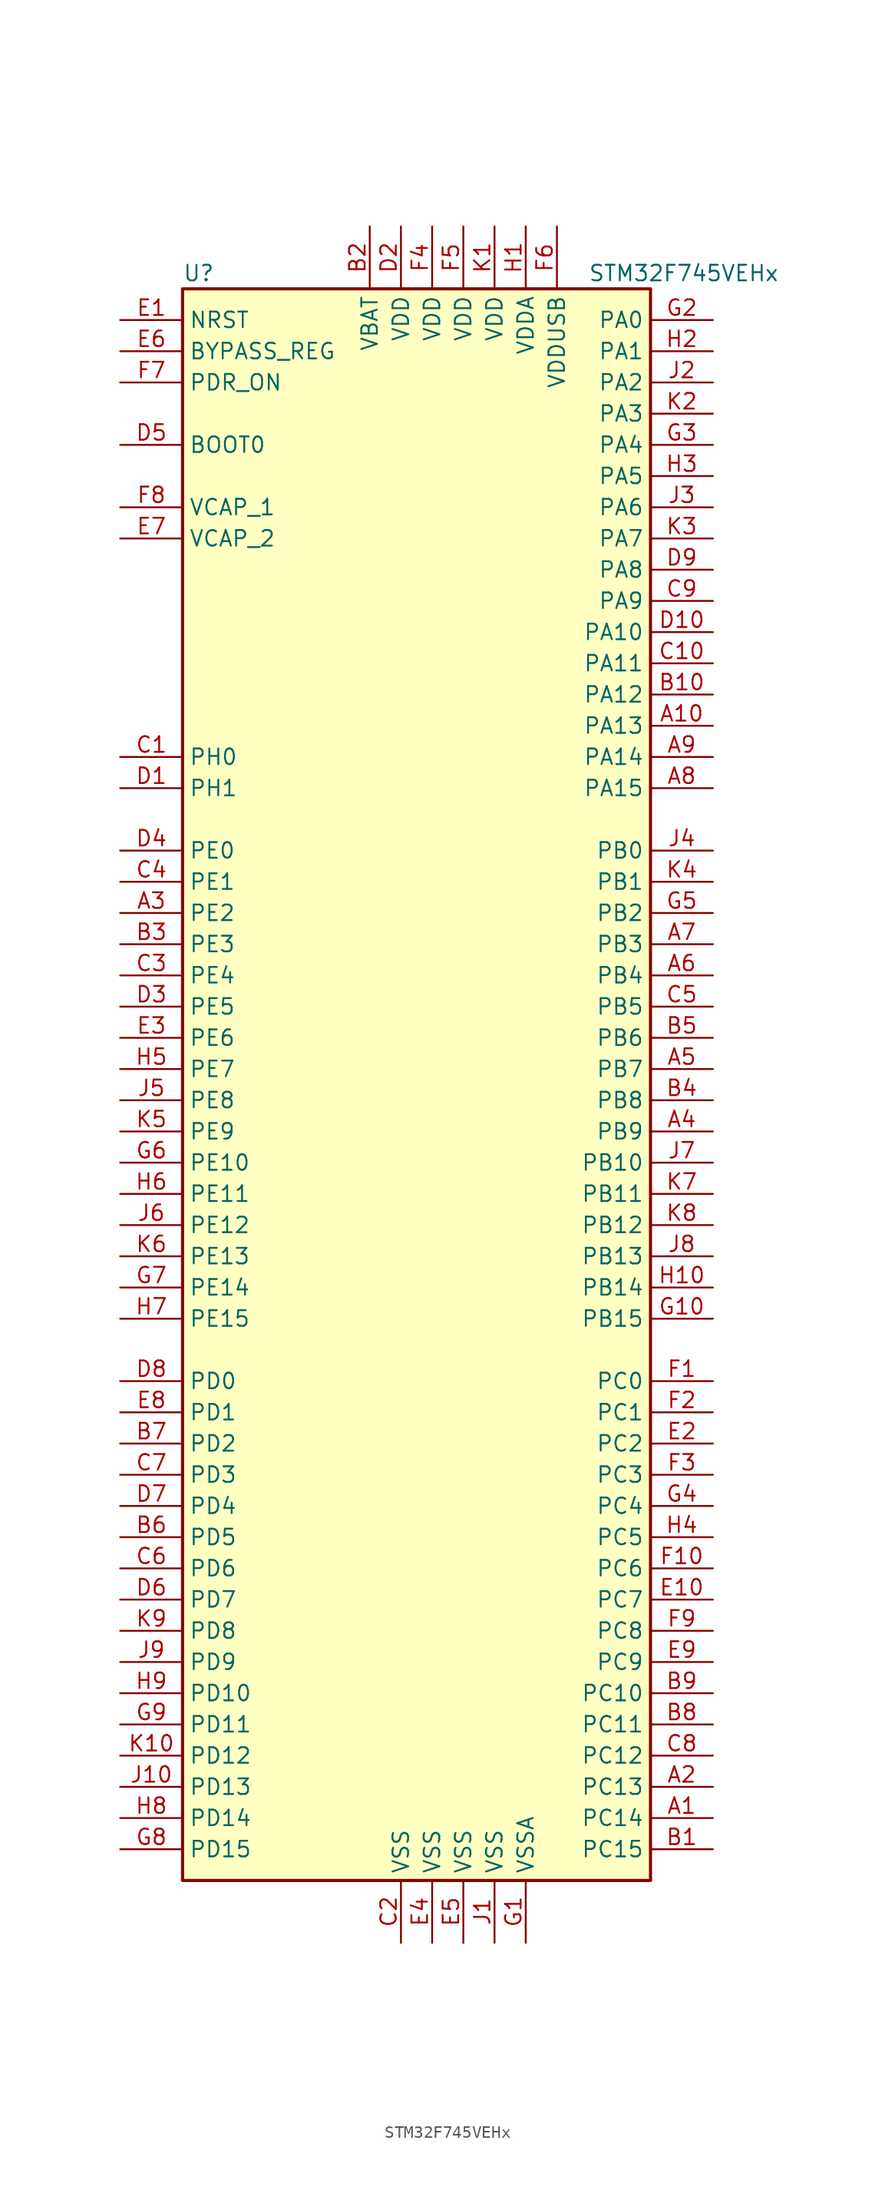
<source format=kicad_sym>
(kicad_symbol_lib
  (version 20211014)
  (generator kicad_symbol_editor)
  (symbol "STM32F745VEHx"
    (property "Reference" "U"
      (at -20.32 64.77 0)
      (effects (font (size 1.27 1.27)) (justify left)))
    (property "Value" "STM32F745VEHx"
      (at 12.7 64.77 0)
      (effects (font (size 1.27 1.27)) (justify left)))
    (symbol "STM32F745VEHx_0_1"
      (rectangle (start -20.32 -66.04) (end 17.78 63.5) (stroke (width 0.254) (type default) (color 0 0 0 0)) (fill (type background))))
    (symbol "STM32F745VEHx_1_1"
      (pin bidirectional line (at 22.86 -60.96 180) (length 5.08) (name "PC14" (effects (font (size 1.27 1.27)))) (number "A1" (effects (font (size 1.27 1.27)))))
      (pin bidirectional line (at 22.86 27.94 180) (length 5.08) (name "PA13" (effects (font (size 1.27 1.27)))) (number "A10" (effects (font (size 1.27 1.27)))))
      (pin bidirectional line (at 22.86 -58.42 180) (length 5.08) (name "PC13" (effects (font (size 1.27 1.27)))) (number "A2" (effects (font (size 1.27 1.27)))))
      (pin bidirectional line (at -25.4 12.7 0) (length 5.08) (name "PE2" (effects (font (size 1.27 1.27)))) (number "A3" (effects (font (size 1.27 1.27)))))
      (pin bidirectional line (at 22.86 -5.08 180) (length 5.08) (name "PB9" (effects (font (size 1.27 1.27)))) (number "A4" (effects (font (size 1.27 1.27)))))
      (pin bidirectional line (at 22.86 0 180) (length 5.08) (name "PB7" (effects (font (size 1.27 1.27)))) (number "A5" (effects (font (size 1.27 1.27)))))
      (pin bidirectional line (at 22.86 7.62 180) (length 5.08) (name "PB4" (effects (font (size 1.27 1.27)))) (number "A6" (effects (font (size 1.27 1.27)))))
      (pin bidirectional line (at 22.86 10.16 180) (length 5.08) (name "PB3" (effects (font (size 1.27 1.27)))) (number "A7" (effects (font (size 1.27 1.27)))))
      (pin bidirectional line (at 22.86 22.86 180) (length 5.08) (name "PA15" (effects (font (size 1.27 1.27)))) (number "A8" (effects (font (size 1.27 1.27)))))
      (pin bidirectional line (at 22.86 25.4 180) (length 5.08) (name "PA14" (effects (font (size 1.27 1.27)))) (number "A9" (effects (font (size 1.27 1.27)))))
      (pin bidirectional line (at 22.86 -63.5 180) (length 5.08) (name "PC15" (effects (font (size 1.27 1.27)))) (number "B1" (effects (font (size 1.27 1.27)))))
      (pin bidirectional line (at 22.86 30.48 180) (length 5.08) (name "PA12" (effects (font (size 1.27 1.27)))) (number "B10" (effects (font (size 1.27 1.27)))))
      (pin power_in line (at -5.08 68.58 270) (length 5.08) (name "VBAT" (effects (font (size 1.27 1.27)))) (number "B2" (effects (font (size 1.27 1.27)))))
      (pin bidirectional line (at -25.4 10.16 0) (length 5.08) (name "PE3" (effects (font (size 1.27 1.27)))) (number "B3" (effects (font (size 1.27 1.27)))))
      (pin bidirectional line (at 22.86 -2.54 180) (length 5.08) (name "PB8" (effects (font (size 1.27 1.27)))) (number "B4" (effects (font (size 1.27 1.27)))))
      (pin bidirectional line (at 22.86 2.54 180) (length 5.08) (name "PB6" (effects (font (size 1.27 1.27)))) (number "B5" (effects (font (size 1.27 1.27)))))
      (pin bidirectional line (at -25.4 -38.1 0) (length 5.08) (name "PD5" (effects (font (size 1.27 1.27)))) (number "B6" (effects (font (size 1.27 1.27)))))
      (pin bidirectional line (at -25.4 -30.48 0) (length 5.08) (name "PD2" (effects (font (size 1.27 1.27)))) (number "B7" (effects (font (size 1.27 1.27)))))
      (pin bidirectional line (at 22.86 -53.34 180) (length 5.08) (name "PC11" (effects (font (size 1.27 1.27)))) (number "B8" (effects (font (size 1.27 1.27)))))
      (pin bidirectional line (at 22.86 -50.8 180) (length 5.08) (name "PC10" (effects (font (size 1.27 1.27)))) (number "B9" (effects (font (size 1.27 1.27)))))
      (pin input line (at -25.4 25.4 0) (length 5.08) (name "PH0" (effects (font (size 1.27 1.27)))) (number "C1" (effects (font (size 1.27 1.27)))))
      (pin bidirectional line (at 22.86 33.02 180) (length 5.08) (name "PA11" (effects (font (size 1.27 1.27)))) (number "C10" (effects (font (size 1.27 1.27)))))
      (pin power_in line (at -2.54 -71.12 90) (length 5.08) (name "VSS" (effects (font (size 1.27 1.27)))) (number "C2" (effects (font (size 1.27 1.27)))))
      (pin bidirectional line (at -25.4 7.62 0) (length 5.08) (name "PE4" (effects (font (size 1.27 1.27)))) (number "C3" (effects (font (size 1.27 1.27)))))
      (pin bidirectional line (at -25.4 15.24 0) (length 5.08) (name "PE1" (effects (font (size 1.27 1.27)))) (number "C4" (effects (font (size 1.27 1.27)))))
      (pin bidirectional line (at 22.86 5.08 180) (length 5.08) (name "PB5" (effects (font (size 1.27 1.27)))) (number "C5" (effects (font (size 1.27 1.27)))))
      (pin bidirectional line (at -25.4 -40.64 0) (length 5.08) (name "PD6" (effects (font (size 1.27 1.27)))) (number "C6" (effects (font (size 1.27 1.27)))))
      (pin bidirectional line (at -25.4 -33.02 0) (length 5.08) (name "PD3" (effects (font (size 1.27 1.27)))) (number "C7" (effects (font (size 1.27 1.27)))))
      (pin bidirectional line (at 22.86 -55.88 180) (length 5.08) (name "PC12" (effects (font (size 1.27 1.27)))) (number "C8" (effects (font (size 1.27 1.27)))))
      (pin bidirectional line (at 22.86 38.1 180) (length 5.08) (name "PA9" (effects (font (size 1.27 1.27)))) (number "C9" (effects (font (size 1.27 1.27)))))
      (pin input line (at -25.4 22.86 0) (length 5.08) (name "PH1" (effects (font (size 1.27 1.27)))) (number "D1" (effects (font (size 1.27 1.27)))))
      (pin bidirectional line (at 22.86 35.56 180) (length 5.08) (name "PA10" (effects (font (size 1.27 1.27)))) (number "D10" (effects (font (size 1.27 1.27)))))
      (pin power_in line (at -2.54 68.58 270) (length 5.08) (name "VDD" (effects (font (size 1.27 1.27)))) (number "D2" (effects (font (size 1.27 1.27)))))
      (pin bidirectional line (at -25.4 5.08 0) (length 5.08) (name "PE5" (effects (font (size 1.27 1.27)))) (number "D3" (effects (font (size 1.27 1.27)))))
      (pin bidirectional line (at -25.4 17.78 0) (length 5.08) (name "PE0" (effects (font (size 1.27 1.27)))) (number "D4" (effects (font (size 1.27 1.27)))))
      (pin input line (at -25.4 50.8 0) (length 5.08) (name "BOOT0" (effects (font (size 1.27 1.27)))) (number "D5" (effects (font (size 1.27 1.27)))))
      (pin bidirectional line (at -25.4 -43.18 0) (length 5.08) (name "PD7" (effects (font (size 1.27 1.27)))) (number "D6" (effects (font (size 1.27 1.27)))))
      (pin bidirectional line (at -25.4 -35.56 0) (length 5.08) (name "PD4" (effects (font (size 1.27 1.27)))) (number "D7" (effects (font (size 1.27 1.27)))))
      (pin bidirectional line (at -25.4 -25.4 0) (length 5.08) (name "PD0" (effects (font (size 1.27 1.27)))) (number "D8" (effects (font (size 1.27 1.27)))))
      (pin bidirectional line (at 22.86 40.64 180) (length 5.08) (name "PA8" (effects (font (size 1.27 1.27)))) (number "D9" (effects (font (size 1.27 1.27)))))
      (pin input line (at -25.4 60.96 0) (length 5.08) (name "NRST" (effects (font (size 1.27 1.27)))) (number "E1" (effects (font (size 1.27 1.27)))))
      (pin bidirectional line (at 22.86 -43.18 180) (length 5.08) (name "PC7" (effects (font (size 1.27 1.27)))) (number "E10" (effects (font (size 1.27 1.27)))))
      (pin bidirectional line (at 22.86 -30.48 180) (length 5.08) (name "PC2" (effects (font (size 1.27 1.27)))) (number "E2" (effects (font (size 1.27 1.27)))))
      (pin bidirectional line (at -25.4 2.54 0) (length 5.08) (name "PE6" (effects (font (size 1.27 1.27)))) (number "E3" (effects (font (size 1.27 1.27)))))
      (pin power_in line (at 0 -71.12 90) (length 5.08) (name "VSS" (effects (font (size 1.27 1.27)))) (number "E4" (effects (font (size 1.27 1.27)))))
      (pin power_in line (at 2.54 -71.12 90) (length 5.08) (name "VSS" (effects (font (size 1.27 1.27)))) (number "E5" (effects (font (size 1.27 1.27)))))
      (pin input line (at -25.4 58.42 0) (length 5.08) (name "BYPASS_REG" (effects (font (size 1.27 1.27)))) (number "E6" (effects (font (size 1.27 1.27)))))
      (pin power_in line (at -25.4 43.18 0) (length 5.08) (name "VCAP_2" (effects (font (size 1.27 1.27)))) (number "E7" (effects (font (size 1.27 1.27)))))
      (pin bidirectional line (at -25.4 -27.94 0) (length 5.08) (name "PD1" (effects (font (size 1.27 1.27)))) (number "E8" (effects (font (size 1.27 1.27)))))
      (pin bidirectional line (at 22.86 -48.26 180) (length 5.08) (name "PC9" (effects (font (size 1.27 1.27)))) (number "E9" (effects (font (size 1.27 1.27)))))
      (pin bidirectional line (at 22.86 -25.4 180) (length 5.08) (name "PC0" (effects (font (size 1.27 1.27)))) (number "F1" (effects (font (size 1.27 1.27)))))
      (pin bidirectional line (at 22.86 -40.64 180) (length 5.08) (name "PC6" (effects (font (size 1.27 1.27)))) (number "F10" (effects (font (size 1.27 1.27)))))
      (pin bidirectional line (at 22.86 -27.94 180) (length 5.08) (name "PC1" (effects (font (size 1.27 1.27)))) (number "F2" (effects (font (size 1.27 1.27)))))
      (pin bidirectional line (at 22.86 -33.02 180) (length 5.08) (name "PC3" (effects (font (size 1.27 1.27)))) (number "F3" (effects (font (size 1.27 1.27)))))
      (pin power_in line (at 0 68.58 270) (length 5.08) (name "VDD" (effects (font (size 1.27 1.27)))) (number "F4" (effects (font (size 1.27 1.27)))))
      (pin power_in line (at 2.54 68.58 270) (length 5.08) (name "VDD" (effects (font (size 1.27 1.27)))) (number "F5" (effects (font (size 1.27 1.27)))))
      (pin power_in line (at 10.16 68.58 270) (length 5.08) (name "VDDUSB" (effects (font (size 1.27 1.27)))) (number "F6" (effects (font (size 1.27 1.27)))))
      (pin input line (at -25.4 55.88 0) (length 5.08) (name "PDR_ON" (effects (font (size 1.27 1.27)))) (number "F7" (effects (font (size 1.27 1.27)))))
      (pin power_in line (at -25.4 45.72 0) (length 5.08) (name "VCAP_1" (effects (font (size 1.27 1.27)))) (number "F8" (effects (font (size 1.27 1.27)))))
      (pin bidirectional line (at 22.86 -45.72 180) (length 5.08) (name "PC8" (effects (font (size 1.27 1.27)))) (number "F9" (effects (font (size 1.27 1.27)))))
      (pin power_in line (at 7.62 -71.12 90) (length 5.08) (name "VSSA" (effects (font (size 1.27 1.27)))) (number "G1" (effects (font (size 1.27 1.27)))))
      (pin bidirectional line (at 22.86 -20.32 180) (length 5.08) (name "PB15" (effects (font (size 1.27 1.27)))) (number "G10" (effects (font (size 1.27 1.27)))))
      (pin bidirectional line (at 22.86 60.96 180) (length 5.08) (name "PA0" (effects (font (size 1.27 1.27)))) (number "G2" (effects (font (size 1.27 1.27)))))
      (pin bidirectional line (at 22.86 50.8 180) (length 5.08) (name "PA4" (effects (font (size 1.27 1.27)))) (number "G3" (effects (font (size 1.27 1.27)))))
      (pin bidirectional line (at 22.86 -35.56 180) (length 5.08) (name "PC4" (effects (font (size 1.27 1.27)))) (number "G4" (effects (font (size 1.27 1.27)))))
      (pin bidirectional line (at 22.86 12.7 180) (length 5.08) (name "PB2" (effects (font (size 1.27 1.27)))) (number "G5" (effects (font (size 1.27 1.27)))))
      (pin bidirectional line (at -25.4 -7.62 0) (length 5.08) (name "PE10" (effects (font (size 1.27 1.27)))) (number "G6" (effects (font (size 1.27 1.27)))))
      (pin bidirectional line (at -25.4 -17.78 0) (length 5.08) (name "PE14" (effects (font (size 1.27 1.27)))) (number "G7" (effects (font (size 1.27 1.27)))))
      (pin bidirectional line (at -25.4 -63.5 0) (length 5.08) (name "PD15" (effects (font (size 1.27 1.27)))) (number "G8" (effects (font (size 1.27 1.27)))))
      (pin bidirectional line (at -25.4 -53.34 0) (length 5.08) (name "PD11" (effects (font (size 1.27 1.27)))) (number "G9" (effects (font (size 1.27 1.27)))))
      (pin power_in line (at 7.62 68.58 270) (length 5.08) (name "VDDA" (effects (font (size 1.27 1.27)))) (number "H1" (effects (font (size 1.27 1.27)))))
      (pin bidirectional line (at 22.86 -17.78 180) (length 5.08) (name "PB14" (effects (font (size 1.27 1.27)))) (number "H10" (effects (font (size 1.27 1.27)))))
      (pin bidirectional line (at 22.86 58.42 180) (length 5.08) (name "PA1" (effects (font (size 1.27 1.27)))) (number "H2" (effects (font (size 1.27 1.27)))))
      (pin bidirectional line (at 22.86 48.26 180) (length 5.08) (name "PA5" (effects (font (size 1.27 1.27)))) (number "H3" (effects (font (size 1.27 1.27)))))
      (pin bidirectional line (at 22.86 -38.1 180) (length 5.08) (name "PC5" (effects (font (size 1.27 1.27)))) (number "H4" (effects (font (size 1.27 1.27)))))
      (pin bidirectional line (at -25.4 0 0) (length 5.08) (name "PE7" (effects (font (size 1.27 1.27)))) (number "H5" (effects (font (size 1.27 1.27)))))
      (pin bidirectional line (at -25.4 -10.16 0) (length 5.08) (name "PE11" (effects (font (size 1.27 1.27)))) (number "H6" (effects (font (size 1.27 1.27)))))
      (pin bidirectional line (at -25.4 -20.32 0) (length 5.08) (name "PE15" (effects (font (size 1.27 1.27)))) (number "H7" (effects (font (size 1.27 1.27)))))
      (pin bidirectional line (at -25.4 -60.96 0) (length 5.08) (name "PD14" (effects (font (size 1.27 1.27)))) (number "H8" (effects (font (size 1.27 1.27)))))
      (pin bidirectional line (at -25.4 -50.8 0) (length 5.08) (name "PD10" (effects (font (size 1.27 1.27)))) (number "H9" (effects (font (size 1.27 1.27)))))
      (pin power_in line (at 5.08 -71.12 90) (length 5.08) (name "VSS" (effects (font (size 1.27 1.27)))) (number "J1" (effects (font (size 1.27 1.27)))))
      (pin bidirectional line (at -25.4 -58.42 0) (length 5.08) (name "PD13" (effects (font (size 1.27 1.27)))) (number "J10" (effects (font (size 1.27 1.27)))))
      (pin bidirectional line (at 22.86 55.88 180) (length 5.08) (name "PA2" (effects (font (size 1.27 1.27)))) (number "J2" (effects (font (size 1.27 1.27)))))
      (pin bidirectional line (at 22.86 45.72 180) (length 5.08) (name "PA6" (effects (font (size 1.27 1.27)))) (number "J3" (effects (font (size 1.27 1.27)))))
      (pin bidirectional line (at 22.86 17.78 180) (length 5.08) (name "PB0" (effects (font (size 1.27 1.27)))) (number "J4" (effects (font (size 1.27 1.27)))))
      (pin bidirectional line (at -25.4 -2.54 0) (length 5.08) (name "PE8" (effects (font (size 1.27 1.27)))) (number "J5" (effects (font (size 1.27 1.27)))))
      (pin bidirectional line (at -25.4 -12.7 0) (length 5.08) (name "PE12" (effects (font (size 1.27 1.27)))) (number "J6" (effects (font (size 1.27 1.27)))))
      (pin bidirectional line (at 22.86 -7.62 180) (length 5.08) (name "PB10" (effects (font (size 1.27 1.27)))) (number "J7" (effects (font (size 1.27 1.27)))))
      (pin bidirectional line (at 22.86 -15.24 180) (length 5.08) (name "PB13" (effects (font (size 1.27 1.27)))) (number "J8" (effects (font (size 1.27 1.27)))))
      (pin bidirectional line (at -25.4 -48.26 0) (length 5.08) (name "PD9" (effects (font (size 1.27 1.27)))) (number "J9" (effects (font (size 1.27 1.27)))))
      (pin power_in line (at 5.08 68.58 270) (length 5.08) (name "VDD" (effects (font (size 1.27 1.27)))) (number "K1" (effects (font (size 1.27 1.27)))))
      (pin bidirectional line (at -25.4 -55.88 0) (length 5.08) (name "PD12" (effects (font (size 1.27 1.27)))) (number "K10" (effects (font (size 1.27 1.27)))))
      (pin bidirectional line (at 22.86 53.34 180) (length 5.08) (name "PA3" (effects (font (size 1.27 1.27)))) (number "K2" (effects (font (size 1.27 1.27)))))
      (pin bidirectional line (at 22.86 43.18 180) (length 5.08) (name "PA7" (effects (font (size 1.27 1.27)))) (number "K3" (effects (font (size 1.27 1.27)))))
      (pin bidirectional line (at 22.86 15.24 180) (length 5.08) (name "PB1" (effects (font (size 1.27 1.27)))) (number "K4" (effects (font (size 1.27 1.27)))))
      (pin bidirectional line (at -25.4 -5.08 0) (length 5.08) (name "PE9" (effects (font (size 1.27 1.27)))) (number "K5" (effects (font (size 1.27 1.27)))))
      (pin bidirectional line (at -25.4 -15.24 0) (length 5.08) (name "PE13" (effects (font (size 1.27 1.27)))) (number "K6" (effects (font (size 1.27 1.27)))))
      (pin bidirectional line (at 22.86 -10.16 180) (length 5.08) (name "PB11" (effects (font (size 1.27 1.27)))) (number "K7" (effects (font (size 1.27 1.27)))))
      (pin bidirectional line (at 22.86 -12.7 180) (length 5.08) (name "PB12" (effects (font (size 1.27 1.27)))) (number "K8" (effects (font (size 1.27 1.27)))))
      (pin bidirectional line (at -25.4 -45.72 0) (length 5.08) (name "PD8" (effects (font (size 1.27 1.27)))) (number "K9" (effects (font (size 1.27 1.27))))))))
</source>
